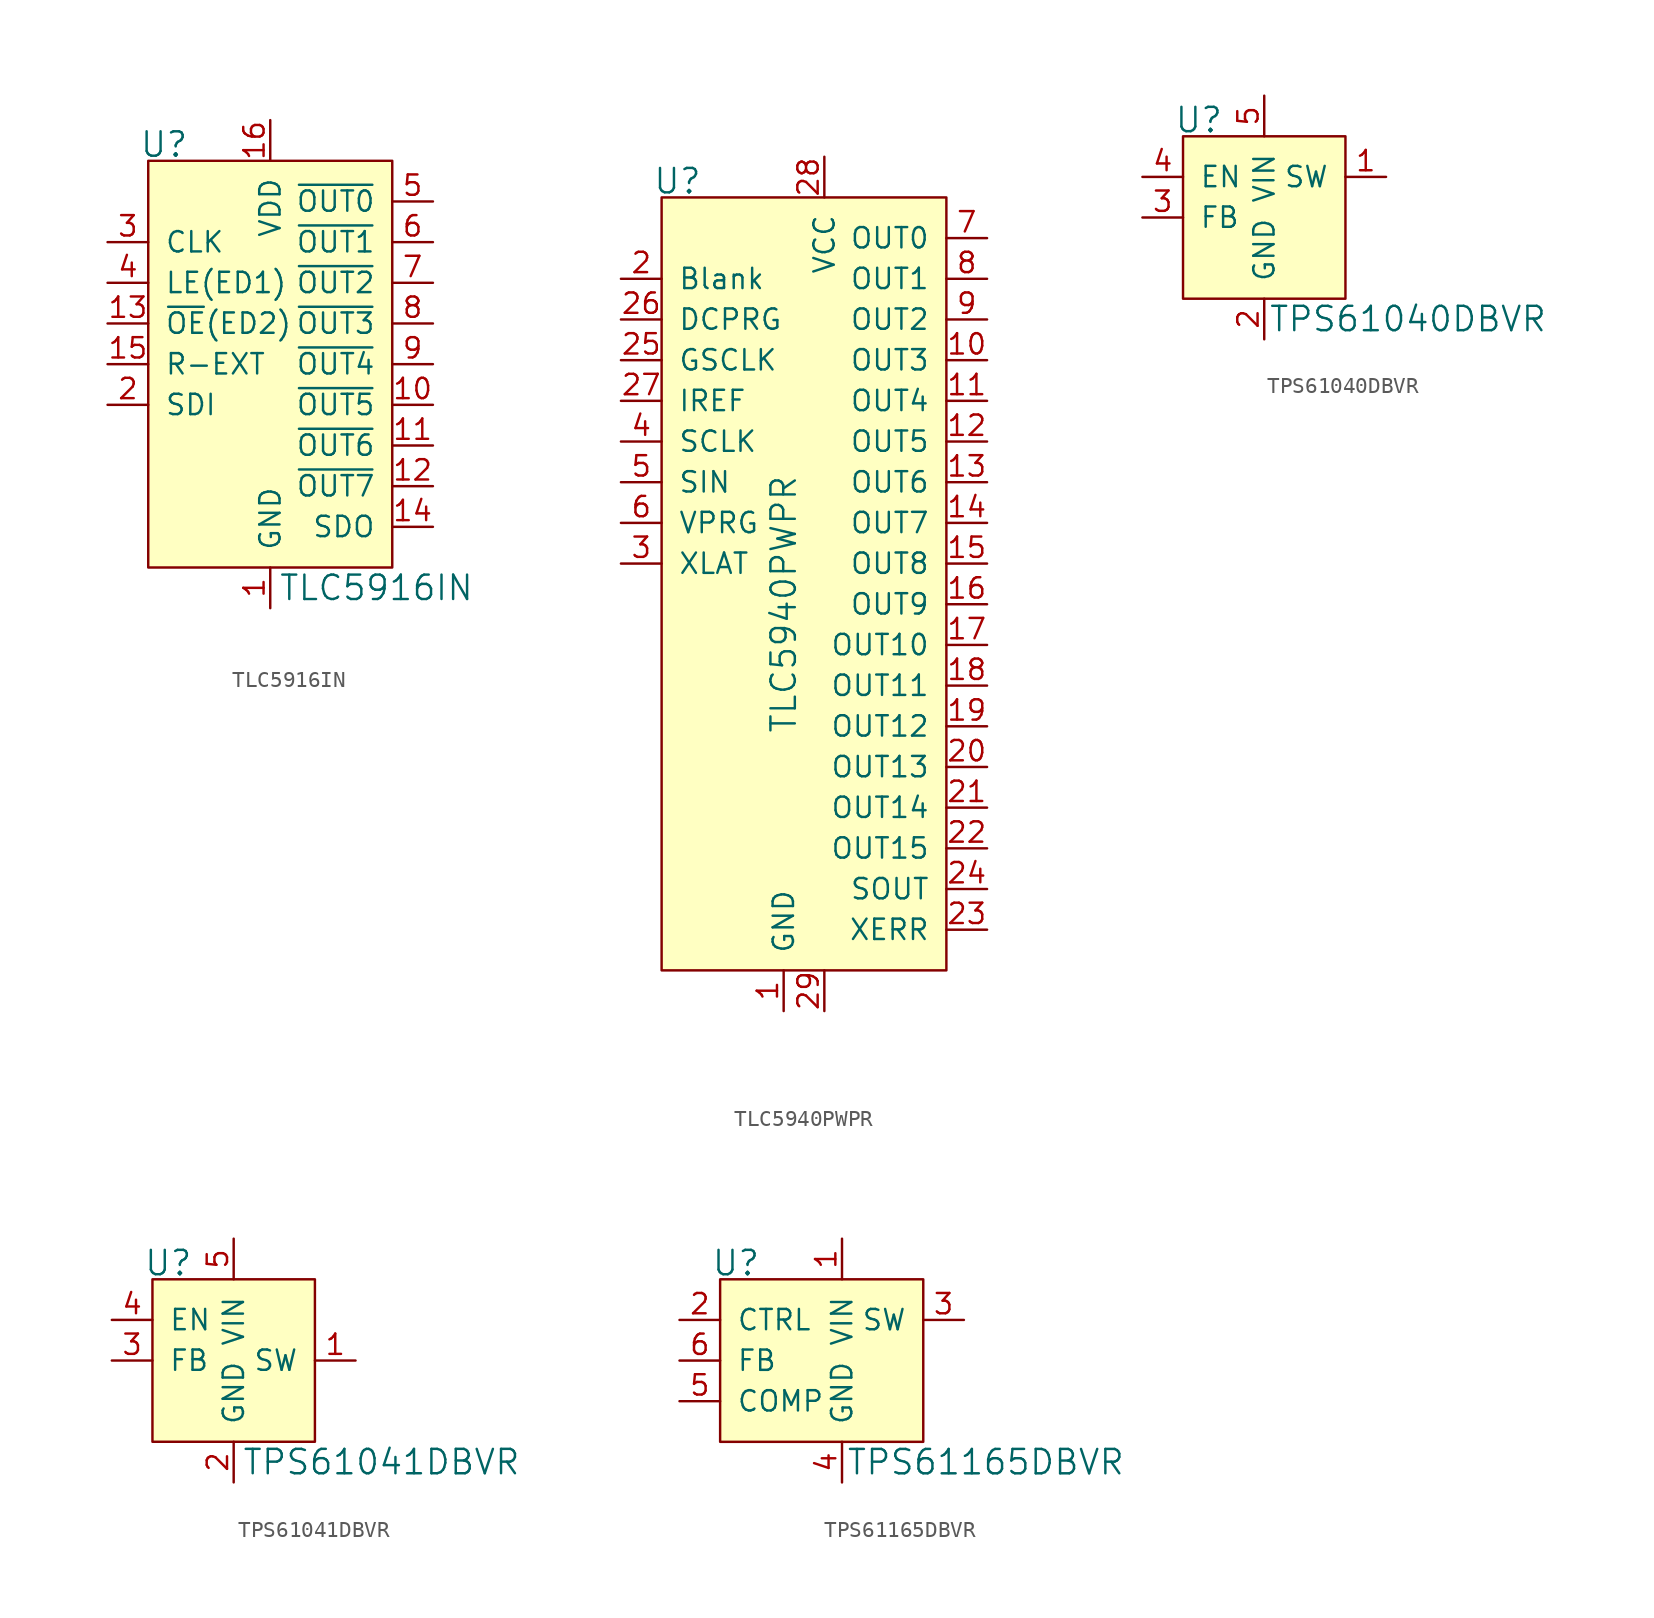
<source format=kicad_sym>
(kicad_symbol_lib
  (version 20211014)
  (generator kicad_symbol_editor)
  (symbol "TLC5916IN"
    (pin_names
      (offset 1.016))
    (property "Reference" "U"
      (at -5.08 6.096 0)
      (effects (font (size 1.524 1.524)) (justify right)))
    (property "Value" "TLC5916IN"
      (at 0.508 -21.59 0)
      (effects (font (size 1.524 1.524)) (justify left)))
    (symbol "TLC5916IN_0_1"
      (rectangle (start 7.62 5.08) (end -7.62 -20.32) (stroke (width 0) (type default) (color 0 0 0 0)) (fill (type background))))
    (symbol "TLC5916IN_1_1"
      (pin power_in line (at 0 -22.86 90) (length 2.54) (name "GND" (effects (font (size 1.27 1.27)))) (number "1" (effects (font (size 1.27 1.27)))))
      (pin power_out line (at 10.16 -10.16 180) (length 2.54) (name "~{OUT5}" (effects (font (size 1.27 1.27)))) (number "10" (effects (font (size 1.27 1.27)))))
      (pin power_out line (at 10.16 -12.7 180) (length 2.54) (name "~{OUT6}" (effects (font (size 1.27 1.27)))) (number "11" (effects (font (size 1.27 1.27)))))
      (pin power_out line (at 10.16 -15.24 180) (length 2.54) (name "~{OUT7}" (effects (font (size 1.27 1.27)))) (number "12" (effects (font (size 1.27 1.27)))))
      (pin input line (at -10.16 -5.08 0) (length 2.54) (name "~{OE}(ED2)" (effects (font (size 1.27 1.27)))) (number "13" (effects (font (size 1.27 1.27)))))
      (pin power_out line (at 10.16 -17.78 180) (length 2.54) (name "SDO" (effects (font (size 1.27 1.27)))) (number "14" (effects (font (size 1.27 1.27)))))
      (pin passive line (at -10.16 -7.62 0) (length 2.54) (name "R-EXT" (effects (font (size 1.27 1.27)))) (number "15" (effects (font (size 1.27 1.27)))))
      (pin power_in line (at 0 7.62 270) (length 2.54) (name "VDD" (effects (font (size 1.27 1.27)))) (number "16" (effects (font (size 1.27 1.27)))))
      (pin input line (at -10.16 -10.16 0) (length 2.54) (name "SDI" (effects (font (size 1.27 1.27)))) (number "2" (effects (font (size 1.27 1.27)))))
      (pin input line (at -10.16 0 0) (length 2.54) (name "CLK" (effects (font (size 1.27 1.27)))) (number "3" (effects (font (size 1.27 1.27)))))
      (pin input line (at -10.16 -2.54 0) (length 2.54) (name "LE(ED1)" (effects (font (size 1.27 1.27)))) (number "4" (effects (font (size 1.27 1.27)))))
      (pin power_out line (at 10.16 2.54 180) (length 2.54) (name "~{OUT0}" (effects (font (size 1.27 1.27)))) (number "5" (effects (font (size 1.27 1.27)))))
      (pin power_out line (at 10.16 0 180) (length 2.54) (name "~{OUT1}" (effects (font (size 1.27 1.27)))) (number "6" (effects (font (size 1.27 1.27)))))
      (pin power_out line (at 10.16 -2.54 180) (length 2.54) (name "~{OUT2}" (effects (font (size 1.27 1.27)))) (number "7" (effects (font (size 1.27 1.27)))))
      (pin power_out line (at 10.16 -5.08 180) (length 2.54) (name "~{OUT3}" (effects (font (size 1.27 1.27)))) (number "8" (effects (font (size 1.27 1.27)))))
      (pin power_out line (at 10.16 -7.62 180) (length 2.54) (name "~{OUT4}" (effects (font (size 1.27 1.27)))) (number "9" (effects (font (size 1.27 1.27)))))))
  (symbol "TLC5940PWPR"
    (pin_names
      (offset 1.016))
    (property "Reference" "U"
      (at -5.08 13.716 0)
      (effects (font (size 1.524 1.524)) (justify right)))
    (property "Value" "TLC5940PWPR"
      (at 0 -12.7 90)
      (effects (font (size 1.524 1.524))))
    (symbol "TLC5940PWPR_0_1"
      (rectangle (start -7.62 12.7) (end 10.16 -35.56) (stroke (width 0) (type default) (color 0 0 0 0)) (fill (type background))))
    (symbol "TLC5940PWPR_1_1"
      (pin power_in line (at 0 -38.1 90) (length 2.54) (name "GND" (effects (font (size 1.27 1.27)))) (number "1" (effects (font (size 1.27 1.27)))))
      (pin power_out line (at 12.7 2.54 180) (length 2.54) (name "OUT3" (effects (font (size 1.27 1.27)))) (number "10" (effects (font (size 1.27 1.27)))))
      (pin power_out line (at 12.7 0 180) (length 2.54) (name "OUT4" (effects (font (size 1.27 1.27)))) (number "11" (effects (font (size 1.27 1.27)))))
      (pin power_out line (at 12.7 -2.54 180) (length 2.54) (name "OUT5" (effects (font (size 1.27 1.27)))) (number "12" (effects (font (size 1.27 1.27)))))
      (pin power_out line (at 12.7 -5.08 180) (length 2.54) (name "OUT6" (effects (font (size 1.27 1.27)))) (number "13" (effects (font (size 1.27 1.27)))))
      (pin power_out line (at 12.7 -7.62 180) (length 2.54) (name "OUT7" (effects (font (size 1.27 1.27)))) (number "14" (effects (font (size 1.27 1.27)))))
      (pin power_out line (at 12.7 -10.16 180) (length 2.54) (name "OUT8" (effects (font (size 1.27 1.27)))) (number "15" (effects (font (size 1.27 1.27)))))
      (pin power_out line (at 12.7 -12.7 180) (length 2.54) (name "OUT9" (effects (font (size 1.27 1.27)))) (number "16" (effects (font (size 1.27 1.27)))))
      (pin power_out line (at 12.7 -15.24 180) (length 2.54) (name "OUT10" (effects (font (size 1.27 1.27)))) (number "17" (effects (font (size 1.27 1.27)))))
      (pin power_out line (at 12.7 -17.78 180) (length 2.54) (name "OUT11" (effects (font (size 1.27 1.27)))) (number "18" (effects (font (size 1.27 1.27)))))
      (pin power_out line (at 12.7 -20.32 180) (length 2.54) (name "OUT12" (effects (font (size 1.27 1.27)))) (number "19" (effects (font (size 1.27 1.27)))))
      (pin input line (at -10.16 7.62 0) (length 2.54) (name "Blank" (effects (font (size 1.27 1.27)))) (number "2" (effects (font (size 1.27 1.27)))))
      (pin power_out line (at 12.7 -22.86 180) (length 2.54) (name "OUT13" (effects (font (size 1.27 1.27)))) (number "20" (effects (font (size 1.27 1.27)))))
      (pin power_out line (at 12.7 -25.4 180) (length 2.54) (name "OUT14" (effects (font (size 1.27 1.27)))) (number "21" (effects (font (size 1.27 1.27)))))
      (pin power_out line (at 12.7 -27.94 180) (length 2.54) (name "OUT15" (effects (font (size 1.27 1.27)))) (number "22" (effects (font (size 1.27 1.27)))))
      (pin output line (at 12.7 -33.02 180) (length 2.54) (name "XERR" (effects (font (size 1.27 1.27)))) (number "23" (effects (font (size 1.27 1.27)))))
      (pin output line (at 12.7 -30.48 180) (length 2.54) (name "SOUT" (effects (font (size 1.27 1.27)))) (number "24" (effects (font (size 1.27 1.27)))))
      (pin input line (at -10.16 2.54 0) (length 2.54) (name "GSCLK" (effects (font (size 1.27 1.27)))) (number "25" (effects (font (size 1.27 1.27)))))
      (pin input line (at -10.16 5.08 0) (length 2.54) (name "DCPRG" (effects (font (size 1.27 1.27)))) (number "26" (effects (font (size 1.27 1.27)))))
      (pin passive line (at -10.16 0 0) (length 2.54) (name "IREF" (effects (font (size 1.27 1.27)))) (number "27" (effects (font (size 1.27 1.27)))))
      (pin power_in line (at 2.54 15.24 270) (length 2.54) (name "VCC" (effects (font (size 1.27 1.27)))) (number "28" (effects (font (size 1.27 1.27)))))
      (pin power_in line (at 2.54 -38.1 90) (length 2.54) (name "~" (effects (font (size 1.27 1.27)))) (number "29" (effects (font (size 1.27 1.27)))))
      (pin input line (at -10.16 -10.16 0) (length 2.54) (name "XLAT" (effects (font (size 1.27 1.27)))) (number "3" (effects (font (size 1.27 1.27)))))
      (pin input line (at -10.16 -2.54 0) (length 2.54) (name "SCLK" (effects (font (size 1.27 1.27)))) (number "4" (effects (font (size 1.27 1.27)))))
      (pin input line (at -10.16 -5.08 0) (length 2.54) (name "SIN" (effects (font (size 1.27 1.27)))) (number "5" (effects (font (size 1.27 1.27)))))
      (pin input line (at -10.16 -7.62 0) (length 2.54) (name "VPRG" (effects (font (size 1.27 1.27)))) (number "6" (effects (font (size 1.27 1.27)))))
      (pin power_out line (at 12.7 10.16 180) (length 2.54) (name "OUT0" (effects (font (size 1.27 1.27)))) (number "7" (effects (font (size 1.27 1.27)))))
      (pin power_out line (at 12.7 7.62 180) (length 2.54) (name "OUT1" (effects (font (size 1.27 1.27)))) (number "8" (effects (font (size 1.27 1.27)))))
      (pin power_out line (at 12.7 5.08 180) (length 2.54) (name "OUT2" (effects (font (size 1.27 1.27)))) (number "9" (effects (font (size 1.27 1.27)))))))
  (symbol "TPS61040DBVR"
    (pin_names
      (offset 1.016))
    (property "Reference" "U"
      (at -2.54 6.096 0)
      (effects (font (size 1.524 1.524)) (justify right)))
    (property "Value" "TPS61040DBVR"
      (at 0.254 -6.35 0)
      (effects (font (size 1.524 1.524)) (justify left)))
    (symbol "TPS61040DBVR_0_1"
      (rectangle (start -5.08 5.08) (end 5.08 -5.08) (stroke (width 0) (type default) (color 0 0 0 0)) (fill (type background))))
    (symbol "TPS61040DBVR_1_1"
      (pin power_out line (at 7.62 2.54 180) (length 2.54) (name "SW" (effects (font (size 1.27 1.27)))) (number "1" (effects (font (size 1.27 1.27)))))
      (pin power_in line (at 0 -7.62 90) (length 2.54) (name "GND" (effects (font (size 1.27 1.27)))) (number "2" (effects (font (size 1.27 1.27)))))
      (pin passive line (at -7.62 0 0) (length 2.54) (name "FB" (effects (font (size 1.27 1.27)))) (number "3" (effects (font (size 1.27 1.27)))))
      (pin input line (at -7.62 2.54 0) (length 2.54) (name "EN" (effects (font (size 1.27 1.27)))) (number "4" (effects (font (size 1.27 1.27)))))
      (pin power_in line (at 0 7.62 270) (length 2.54) (name "VIN" (effects (font (size 1.27 1.27)))) (number "5" (effects (font (size 1.27 1.27)))))))
  (symbol "TPS61041DBVR"
    (pin_names
      (offset 1.016))
    (property "Reference" "U"
      (at -2.54 6.096 0)
      (effects (font (size 1.524 1.524)) (justify right)))
    (property "Value" "TPS61041DBVR"
      (at 0.508 -6.35 0)
      (effects (font (size 1.524 1.524)) (justify left)))
    (symbol "TPS61041DBVR_0_1"
      (rectangle (start -5.08 5.08) (end 5.08 -5.08) (stroke (width 0) (type default) (color 0 0 0 0)) (fill (type background))))
    (symbol "TPS61041DBVR_1_1"
      (pin power_out line (at 7.62 0 180) (length 2.54) (name "SW" (effects (font (size 1.27 1.27)))) (number "1" (effects (font (size 1.27 1.27)))))
      (pin power_in line (at 0 -7.62 90) (length 2.54) (name "GND" (effects (font (size 1.27 1.27)))) (number "2" (effects (font (size 1.27 1.27)))))
      (pin passive line (at -7.62 0 0) (length 2.54) (name "FB" (effects (font (size 1.27 1.27)))) (number "3" (effects (font (size 1.27 1.27)))))
      (pin input line (at -7.62 2.54 0) (length 2.54) (name "EN" (effects (font (size 1.27 1.27)))) (number "4" (effects (font (size 1.27 1.27)))))
      (pin power_in line (at 0 7.62 270) (length 2.54) (name "VIN" (effects (font (size 1.27 1.27)))) (number "5" (effects (font (size 1.27 1.27)))))))
  (symbol "TPS61165DBVR"
    (pin_names
      (offset 1.016))
    (property "Reference" "U"
      (at -5.08 6.096 0)
      (effects (font (size 1.524 1.524)) (justify right)))
    (property "Value" "TPS61165DBVR"
      (at 0.254 -6.35 0)
      (effects (font (size 1.524 1.524)) (justify left)))
    (symbol "TPS61165DBVR_1_1"
      (rectangle (start -7.62 5.08) (end 5.08 -5.08) (stroke (width 0) (type default) (color 0 0 0 0)) (fill (type background)))
      (pin power_in line (at 0 7.62 270) (length 2.54) (name "VIN" (effects (font (size 1.27 1.27)))) (number "1" (effects (font (size 1.27 1.27)))))
      (pin input line (at -10.16 2.54 0) (length 2.54) (name "CTRL" (effects (font (size 1.27 1.27)))) (number "2" (effects (font (size 1.27 1.27)))))
      (pin power_out line (at 7.62 2.54 180) (length 2.54) (name "SW" (effects (font (size 1.27 1.27)))) (number "3" (effects (font (size 1.27 1.27)))))
      (pin power_in line (at 0 -7.62 90) (length 2.54) (name "GND" (effects (font (size 1.27 1.27)))) (number "4" (effects (font (size 1.27 1.27)))))
      (pin passive line (at -10.16 -2.54 0) (length 2.54) (name "COMP" (effects (font (size 1.27 1.27)))) (number "5" (effects (font (size 1.27 1.27)))))
      (pin passive line (at -10.16 0 0) (length 2.54) (name "FB" (effects (font (size 1.27 1.27)))) (number "6" (effects (font (size 1.27 1.27))))))))
</source>
